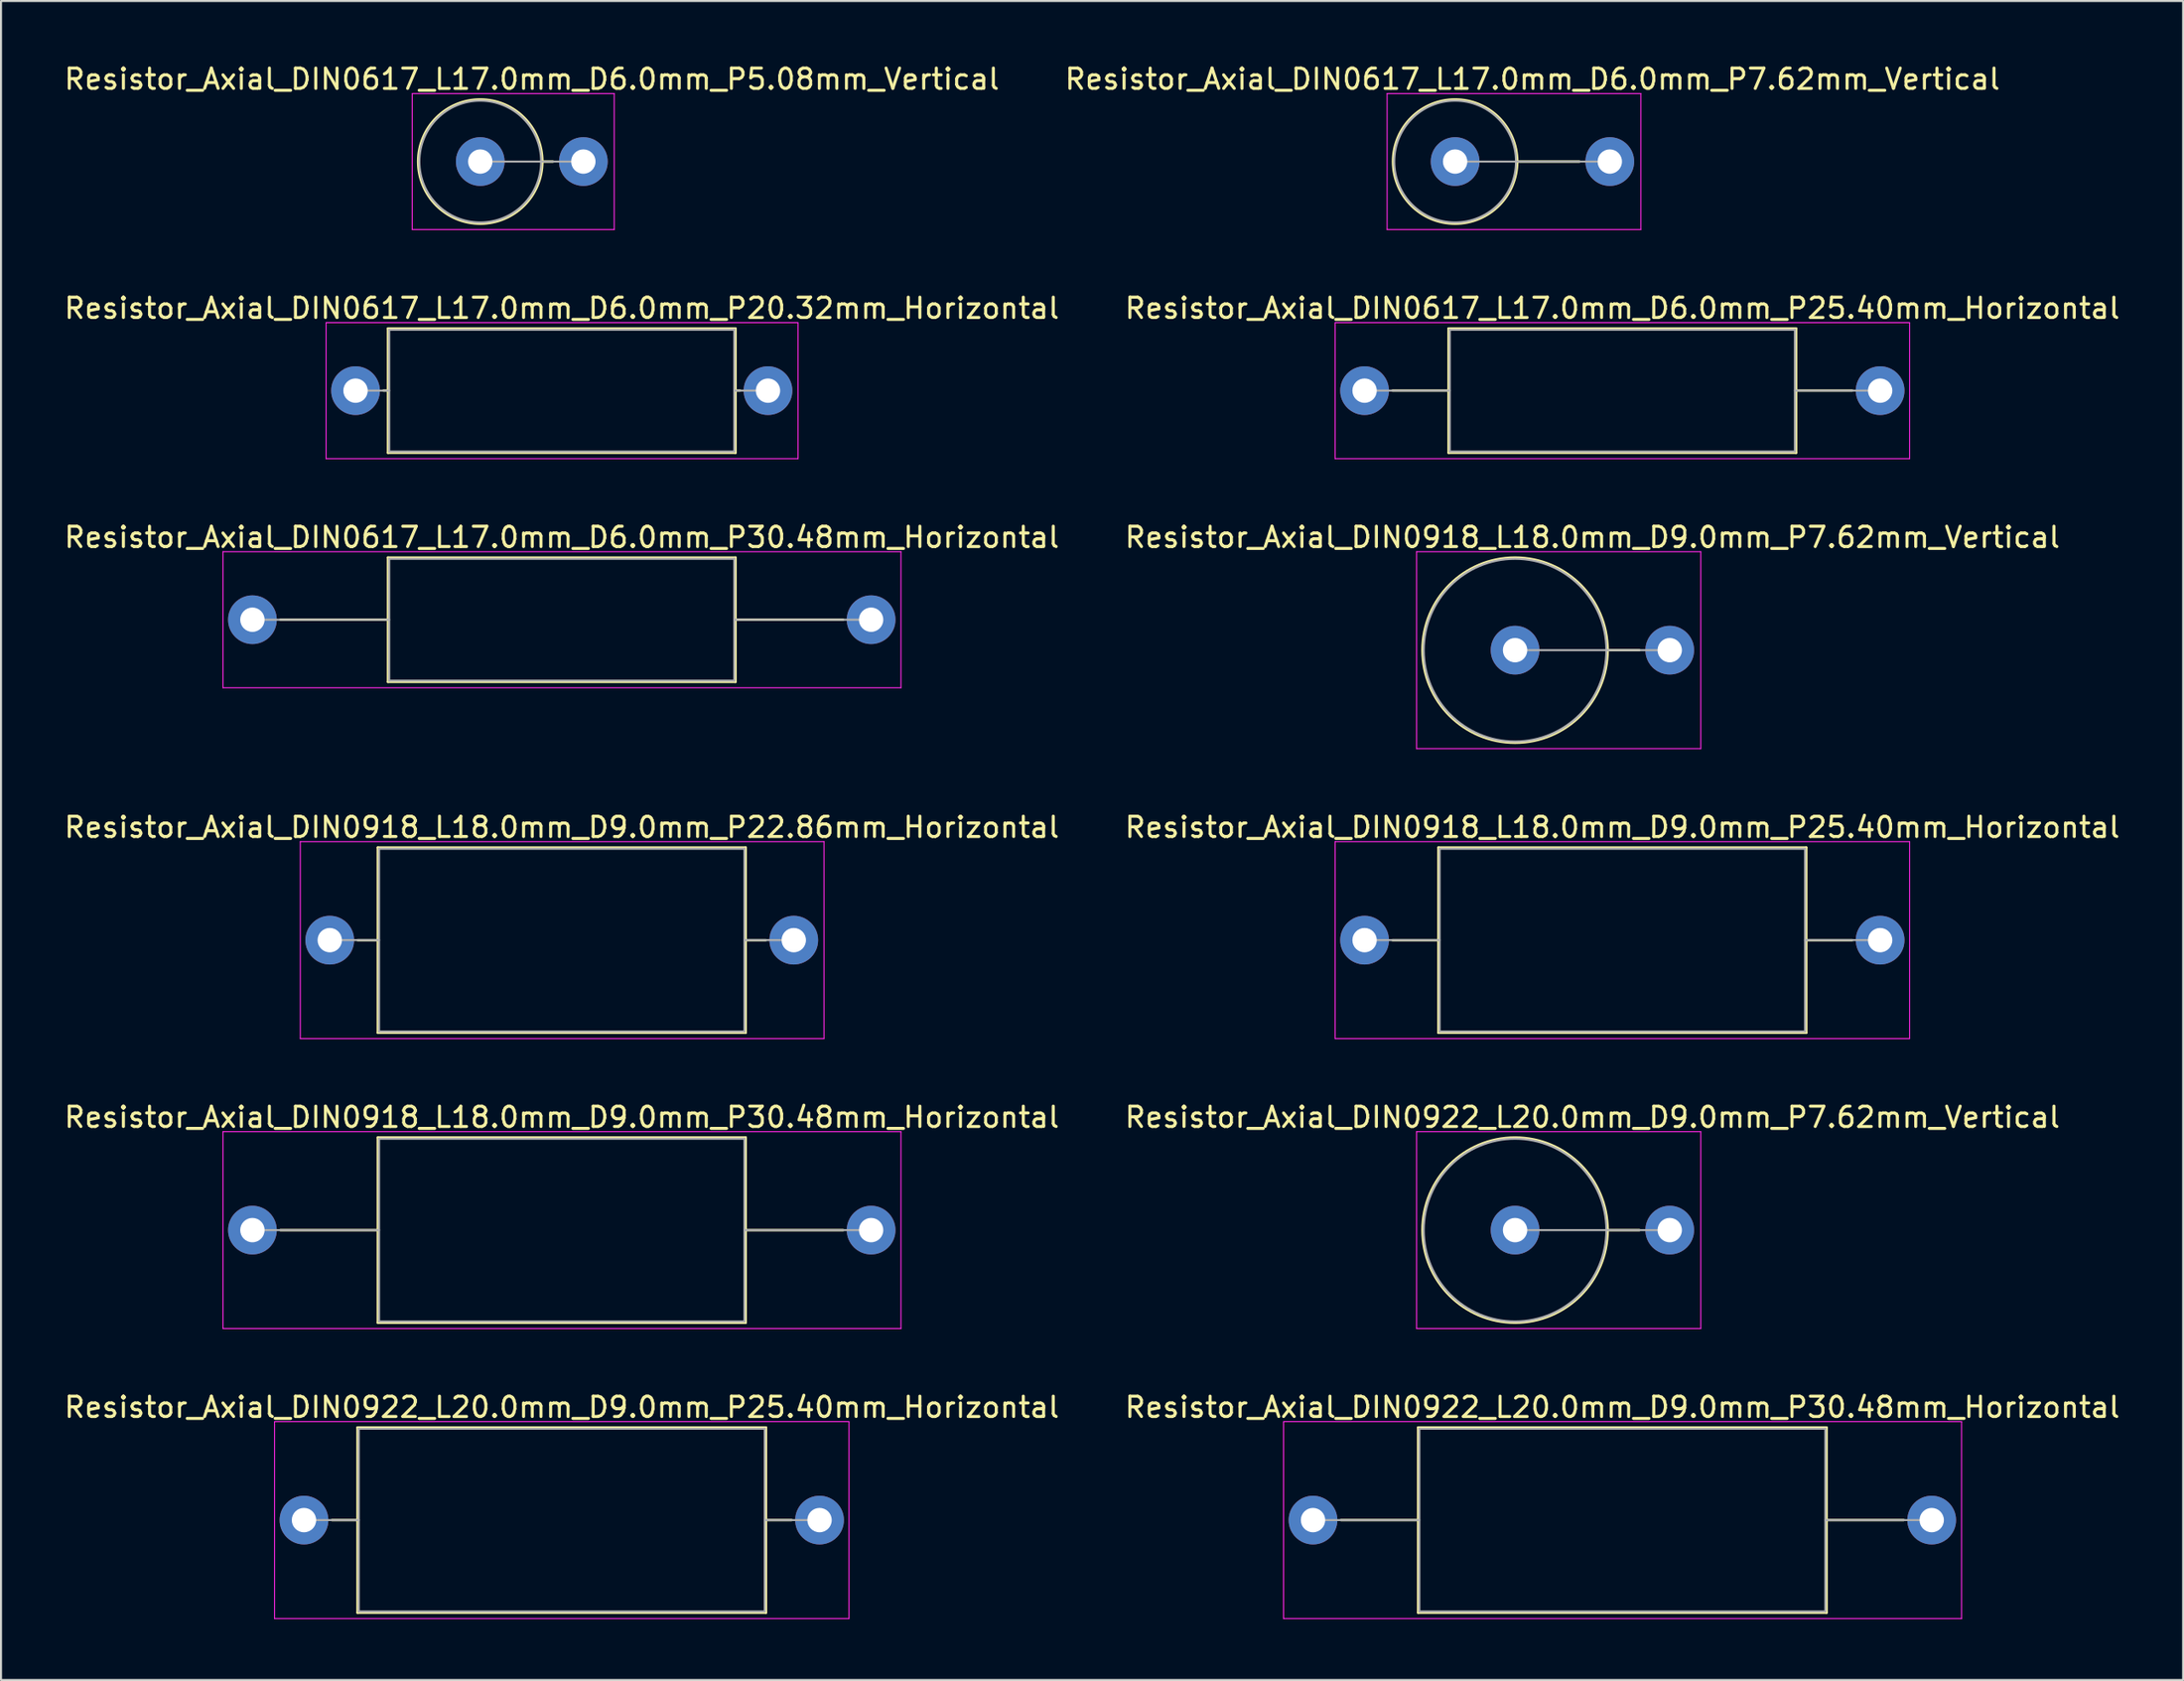
<source format=kicad_pcb>
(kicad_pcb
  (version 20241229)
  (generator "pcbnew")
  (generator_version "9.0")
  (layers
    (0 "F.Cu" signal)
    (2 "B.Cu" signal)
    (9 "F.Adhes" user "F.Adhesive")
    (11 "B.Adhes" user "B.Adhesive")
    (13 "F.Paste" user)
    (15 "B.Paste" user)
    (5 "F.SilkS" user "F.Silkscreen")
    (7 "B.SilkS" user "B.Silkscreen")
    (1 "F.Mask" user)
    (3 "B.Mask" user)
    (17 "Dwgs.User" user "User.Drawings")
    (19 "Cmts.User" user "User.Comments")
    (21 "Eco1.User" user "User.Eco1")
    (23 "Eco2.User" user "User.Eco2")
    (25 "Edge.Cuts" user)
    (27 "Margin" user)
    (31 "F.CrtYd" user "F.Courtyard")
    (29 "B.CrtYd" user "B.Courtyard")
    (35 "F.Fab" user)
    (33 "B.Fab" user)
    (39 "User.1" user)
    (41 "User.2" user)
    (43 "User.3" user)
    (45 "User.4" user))
  (footprint "Resistor_Axial_DIN0918_L18.0mm_D9.0mm_P30.48mm_Horizontal"
    (layer "F.Cu")
    (at 9.385 57.541)
    (property "Reference" "Resistor_Axial_DIN0918_L18.0mm_D9.0mm_P30.48mm_Horizontal" (at 15.24 -5.56 0) (layer "F.SilkS") (effects (font (size 1 1) (thickness 0.15))))
    (attr through_hole)
    (fp_line (start 1.38 0) (end 6.18 0) (stroke (width 0.12) (type solid)) (layer "F.SilkS"))
    (fp_line (start 6.18 -4.56) (end 6.18 4.56) (stroke (width 0.12) (type solid)) (layer "F.SilkS"))
    (fp_line (start 6.18 4.56) (end 24.3 4.56) (stroke (width 0.12) (type solid)) (layer "F.SilkS"))
    (fp_line (start 24.3 -4.56) (end 6.18 -4.56) (stroke (width 0.12) (type solid)) (layer "F.SilkS"))
    (fp_line (start 24.3 4.56) (end 24.3 -4.56) (stroke (width 0.12) (type solid)) (layer "F.SilkS"))
    (fp_line (start 29.1 0) (end 24.3 0) (stroke (width 0.12) (type solid)) (layer "F.SilkS"))
    (fp_line (start -1.45 -4.85) (end -1.45 4.85) (stroke (width 0.05) (type solid)) (layer "F.CrtYd"))
    (fp_line (start -1.45 4.85) (end 31.95 4.85) (stroke (width 0.05) (type solid)) (layer "F.CrtYd"))
    (fp_line (start 31.95 -4.85) (end -1.45 -4.85) (stroke (width 0.05) (type solid)) (layer "F.CrtYd"))
    (fp_line (start 31.95 4.85) (end 31.95 -4.85) (stroke (width 0.05) (type solid)) (layer "F.CrtYd"))
    (fp_line (start 0 0) (end 6.24 0) (stroke (width 0.1) (type solid)) (layer "F.Fab"))
    (fp_line (start 6.24 -4.5) (end 6.24 4.5) (stroke (width 0.1) (type solid)) (layer "F.Fab"))
    (fp_line (start 6.24 4.5) (end 24.24 4.5) (stroke (width 0.1) (type solid)) (layer "F.Fab"))
    (fp_line (start 24.24 -4.5) (end 6.24 -4.5) (stroke (width 0.1) (type solid)) (layer "F.Fab"))
    (fp_line (start 24.24 4.5) (end 24.24 -4.5) (stroke (width 0.1) (type solid)) (layer "F.Fab"))
    (fp_line (start 30.48 0) (end 24.24 0) (stroke (width 0.1) (type solid)) (layer "F.Fab"))
    (pad "1" thru_hole circle (at 0 0) (size 2.4 2.4) (drill 1.2) (layers "*.Cu" "*.Mask"))
    (pad "2" thru_hole oval (at 30.48 0) (size 2.4 2.4) (drill 1.2) (layers "*.Cu" "*.Mask")))
  (footprint "Resistor_Axial_DIN0918_L18.0mm_D9.0mm_P7.62mm_Vertical"
    (layer "F.Cu")
    (at 71.589 28.975)
    (property "Reference" "Resistor_Axial_DIN0918_L18.0mm_D9.0mm_P7.62mm_Vertical" (at 3.81 -5.56 0) (layer "F.SilkS") (effects (font (size 1 1) (thickness 0.15))))
    (attr through_hole)
    (fp_line (start 4.56 0) (end 6.12 0) (stroke (width 0.12) (type solid)) (layer "F.SilkS"))
    (fp_circle (center 0 0) (end 4.56 0) (stroke (width 0.12) (type solid)) (fill no) (layer "F.SilkS"))
    (fp_line (start -4.85 -4.85) (end -4.85 4.85) (stroke (width 0.05) (type solid)) (layer "F.CrtYd"))
    (fp_line (start -4.85 4.85) (end 9.15 4.85) (stroke (width 0.05) (type solid)) (layer "F.CrtYd"))
    (fp_line (start 9.15 -4.85) (end -4.85 -4.85) (stroke (width 0.05) (type solid)) (layer "F.CrtYd"))
    (fp_line (start 9.15 4.85) (end 9.15 -4.85) (stroke (width 0.05) (type solid)) (layer "F.CrtYd"))
    (fp_line (start 0 0) (end 7.62 0) (stroke (width 0.1) (type solid)) (layer "F.Fab"))
    (fp_circle (center 0 0) (end 4.5 0) (stroke (width 0.1) (type solid)) (fill no) (layer "F.Fab"))
    (pad "1" thru_hole circle (at 0 0) (size 2.4 2.4) (drill 1.2) (layers "*.Cu" "*.Mask"))
    (pad "2" thru_hole oval (at 7.62 0) (size 2.4 2.4) (drill 1.2) (layers "*.Cu" "*.Mask")))
  (footprint "Resistor_Axial_DIN0922_L20.0mm_D9.0mm_P7.62mm_Vertical"
    (layer "F.Cu")
    (at 71.589 57.541)
    (property "Reference" "Resistor_Axial_DIN0922_L20.0mm_D9.0mm_P7.62mm_Vertical" (at 3.81 -5.56 0) (layer "F.SilkS") (effects (font (size 1 1) (thickness 0.15))))
    (attr through_hole)
    (fp_line (start 4.56 0) (end 6.12 0) (stroke (width 0.12) (type solid)) (layer "F.SilkS"))
    (fp_circle (center 0 0) (end 4.56 0) (stroke (width 0.12) (type solid)) (fill no) (layer "F.SilkS"))
    (fp_line (start -4.85 -4.85) (end -4.85 4.85) (stroke (width 0.05) (type solid)) (layer "F.CrtYd"))
    (fp_line (start -4.85 4.85) (end 9.15 4.85) (stroke (width 0.05) (type solid)) (layer "F.CrtYd"))
    (fp_line (start 9.15 -4.85) (end -4.85 -4.85) (stroke (width 0.05) (type solid)) (layer "F.CrtYd"))
    (fp_line (start 9.15 4.85) (end 9.15 -4.85) (stroke (width 0.05) (type solid)) (layer "F.CrtYd"))
    (fp_line (start 0 0) (end 7.62 0) (stroke (width 0.1) (type solid)) (layer "F.Fab"))
    (fp_circle (center 0 0) (end 4.5 0) (stroke (width 0.1) (type solid)) (fill no) (layer "F.Fab"))
    (pad "1" thru_hole circle (at 0 0) (size 2.4 2.4) (drill 1.2) (layers "*.Cu" "*.Mask"))
    (pad "2" thru_hole oval (at 7.62 0) (size 2.4 2.4) (drill 1.2) (layers "*.Cu" "*.Mask")))
  (footprint "Resistor_Axial_DIN0922_L20.0mm_D9.0mm_P30.48mm_Horizontal"
    (layer "F.Cu")
    (at 61.635 71.825)
    (property "Reference" "Resistor_Axial_DIN0922_L20.0mm_D9.0mm_P30.48mm_Horizontal" (at 15.24 -5.56 0) (layer "F.SilkS") (effects (font (size 1 1) (thickness 0.15))))
    (attr through_hole)
    (fp_line (start 1.38 0) (end 5.18 0) (stroke (width 0.12) (type solid)) (layer "F.SilkS"))
    (fp_line (start 5.18 -4.56) (end 5.18 4.56) (stroke (width 0.12) (type solid)) (layer "F.SilkS"))
    (fp_line (start 5.18 4.56) (end 25.3 4.56) (stroke (width 0.12) (type solid)) (layer "F.SilkS"))
    (fp_line (start 25.3 -4.56) (end 5.18 -4.56) (stroke (width 0.12) (type solid)) (layer "F.SilkS"))
    (fp_line (start 25.3 4.56) (end 25.3 -4.56) (stroke (width 0.12) (type solid)) (layer "F.SilkS"))
    (fp_line (start 29.1 0) (end 25.3 0) (stroke (width 0.12) (type solid)) (layer "F.SilkS"))
    (fp_line (start -1.45 -4.85) (end -1.45 4.85) (stroke (width 0.05) (type solid)) (layer "F.CrtYd"))
    (fp_line (start -1.45 4.85) (end 31.95 4.85) (stroke (width 0.05) (type solid)) (layer "F.CrtYd"))
    (fp_line (start 31.95 -4.85) (end -1.45 -4.85) (stroke (width 0.05) (type solid)) (layer "F.CrtYd"))
    (fp_line (start 31.95 4.85) (end 31.95 -4.85) (stroke (width 0.05) (type solid)) (layer "F.CrtYd"))
    (fp_line (start 0 0) (end 5.24 0) (stroke (width 0.1) (type solid)) (layer "F.Fab"))
    (fp_line (start 5.24 -4.5) (end 5.24 4.5) (stroke (width 0.1) (type solid)) (layer "F.Fab"))
    (fp_line (start 5.24 4.5) (end 25.24 4.5) (stroke (width 0.1) (type solid)) (layer "F.Fab"))
    (fp_line (start 25.24 -4.5) (end 5.24 -4.5) (stroke (width 0.1) (type solid)) (layer "F.Fab"))
    (fp_line (start 25.24 4.5) (end 25.24 -4.5) (stroke (width 0.1) (type solid)) (layer "F.Fab"))
    (fp_line (start 30.48 0) (end 25.24 0) (stroke (width 0.1) (type solid)) (layer "F.Fab"))
    (pad "1" thru_hole circle (at 0 0) (size 2.4 2.4) (drill 1.2) (layers "*.Cu" "*.Mask"))
    (pad "2" thru_hole oval (at 30.48 0) (size 2.4 2.4) (drill 1.2) (layers "*.Cu" "*.Mask")))
  (footprint "Resistor_Axial_DIN0617_L17.0mm_D6.0mm_P5.08mm_Vertical"
    (layer "F.Cu")
    (at 20.609 4.908)
    (property "Reference" "Resistor_Axial_DIN0617_L17.0mm_D6.0mm_P5.08mm_Vertical" (at 2.54 -4.06 0) (layer "F.SilkS") (effects (font (size 1 1) (thickness 0.15))))
    (attr through_hole)
    (fp_line (start 3.06 0) (end 3.58 0) (stroke (width 0.12) (type solid)) (layer "F.SilkS"))
    (fp_circle (center 0 0) (end 3.06 0) (stroke (width 0.12) (type solid)) (fill no) (layer "F.SilkS"))
    (fp_line (start -3.35 -3.35) (end -3.35 3.35) (stroke (width 0.05) (type solid)) (layer "F.CrtYd"))
    (fp_line (start -3.35 3.35) (end 6.6 3.35) (stroke (width 0.05) (type solid)) (layer "F.CrtYd"))
    (fp_line (start 6.6 -3.35) (end -3.35 -3.35) (stroke (width 0.05) (type solid)) (layer "F.CrtYd"))
    (fp_line (start 6.6 3.35) (end 6.6 -3.35) (stroke (width 0.05) (type solid)) (layer "F.CrtYd"))
    (fp_line (start 0 0) (end 5.08 0) (stroke (width 0.1) (type solid)) (layer "F.Fab"))
    (fp_circle (center 0 0) (end 3 0) (stroke (width 0.1) (type solid)) (fill no) (layer "F.Fab"))
    (pad "1" thru_hole circle (at 0 0) (size 2.4 2.4) (drill 1.2) (layers "*.Cu" "*.Mask"))
    (pad "2" thru_hole oval (at 5.08 0) (size 2.4 2.4) (drill 1.2) (layers "*.Cu" "*.Mask")))
  (footprint "Resistor_Axial_DIN0918_L18.0mm_D9.0mm_P22.86mm_Horizontal"
    (layer "F.Cu")
    (at 13.195 43.258)
    (property "Reference" "Resistor_Axial_DIN0918_L18.0mm_D9.0mm_P22.86mm_Horizontal" (at 11.43 -5.56 0) (layer "F.SilkS") (effects (font (size 1 1) (thickness 0.15))))
    (attr through_hole)
    (fp_line (start 1.38 0) (end 2.37 0) (stroke (width 0.12) (type solid)) (layer "F.SilkS"))
    (fp_line (start 2.37 -4.56) (end 2.37 4.56) (stroke (width 0.12) (type solid)) (layer "F.SilkS"))
    (fp_line (start 2.37 4.56) (end 20.49 4.56) (stroke (width 0.12) (type solid)) (layer "F.SilkS"))
    (fp_line (start 20.49 -4.56) (end 2.37 -4.56) (stroke (width 0.12) (type solid)) (layer "F.SilkS"))
    (fp_line (start 20.49 4.56) (end 20.49 -4.56) (stroke (width 0.12) (type solid)) (layer "F.SilkS"))
    (fp_line (start 21.48 0) (end 20.49 0) (stroke (width 0.12) (type solid)) (layer "F.SilkS"))
    (fp_line (start -1.45 -4.85) (end -1.45 4.85) (stroke (width 0.05) (type solid)) (layer "F.CrtYd"))
    (fp_line (start -1.45 4.85) (end 24.35 4.85) (stroke (width 0.05) (type solid)) (layer "F.CrtYd"))
    (fp_line (start 24.35 -4.85) (end -1.45 -4.85) (stroke (width 0.05) (type solid)) (layer "F.CrtYd"))
    (fp_line (start 24.35 4.85) (end 24.35 -4.85) (stroke (width 0.05) (type solid)) (layer "F.CrtYd"))
    (fp_line (start 0 0) (end 2.43 0) (stroke (width 0.1) (type solid)) (layer "F.Fab"))
    (fp_line (start 2.43 -4.5) (end 2.43 4.5) (stroke (width 0.1) (type solid)) (layer "F.Fab"))
    (fp_line (start 2.43 4.5) (end 20.43 4.5) (stroke (width 0.1) (type solid)) (layer "F.Fab"))
    (fp_line (start 20.43 -4.5) (end 2.43 -4.5) (stroke (width 0.1) (type solid)) (layer "F.Fab"))
    (fp_line (start 20.43 4.5) (end 20.43 -4.5) (stroke (width 0.1) (type solid)) (layer "F.Fab"))
    (fp_line (start 22.86 0) (end 20.43 0) (stroke (width 0.1) (type solid)) (layer "F.Fab"))
    (pad "1" thru_hole circle (at 0 0) (size 2.4 2.4) (drill 1.2) (layers "*.Cu" "*.Mask"))
    (pad "2" thru_hole oval (at 22.86 0) (size 2.4 2.4) (drill 1.2) (layers "*.Cu" "*.Mask")))
  (footprint "Resistor_Axial_DIN0617_L17.0mm_D6.0mm_P25.40mm_Horizontal"
    (layer "F.Cu")
    (at 64.175 16.192)
    (property "Reference" "Resistor_Axial_DIN0617_L17.0mm_D6.0mm_P25.40mm_Horizontal" (at 12.7 -4.06 0) (layer "F.SilkS") (effects (font (size 1 1) (thickness 0.15))))
    (attr through_hole)
    (fp_line (start 1.38 0) (end 4.14 0) (stroke (width 0.12) (type solid)) (layer "F.SilkS"))
    (fp_line (start 4.14 -3.06) (end 4.14 3.06) (stroke (width 0.12) (type solid)) (layer "F.SilkS"))
    (fp_line (start 4.14 3.06) (end 21.26 3.06) (stroke (width 0.12) (type solid)) (layer "F.SilkS"))
    (fp_line (start 21.26 -3.06) (end 4.14 -3.06) (stroke (width 0.12) (type solid)) (layer "F.SilkS"))
    (fp_line (start 21.26 3.06) (end 21.26 -3.06) (stroke (width 0.12) (type solid)) (layer "F.SilkS"))
    (fp_line (start 24.02 0) (end 21.26 0) (stroke (width 0.12) (type solid)) (layer "F.SilkS"))
    (fp_line (start -1.45 -3.35) (end -1.45 3.35) (stroke (width 0.05) (type solid)) (layer "F.CrtYd"))
    (fp_line (start -1.45 3.35) (end 26.85 3.35) (stroke (width 0.05) (type solid)) (layer "F.CrtYd"))
    (fp_line (start 26.85 -3.35) (end -1.45 -3.35) (stroke (width 0.05) (type solid)) (layer "F.CrtYd"))
    (fp_line (start 26.85 3.35) (end 26.85 -3.35) (stroke (width 0.05) (type solid)) (layer "F.CrtYd"))
    (fp_line (start 0 0) (end 4.2 0) (stroke (width 0.1) (type solid)) (layer "F.Fab"))
    (fp_line (start 4.2 -3) (end 4.2 3) (stroke (width 0.1) (type solid)) (layer "F.Fab"))
    (fp_line (start 4.2 3) (end 21.2 3) (stroke (width 0.1) (type solid)) (layer "F.Fab"))
    (fp_line (start 21.2 -3) (end 4.2 -3) (stroke (width 0.1) (type solid)) (layer "F.Fab"))
    (fp_line (start 21.2 3) (end 21.2 -3) (stroke (width 0.1) (type solid)) (layer "F.Fab"))
    (fp_line (start 25.4 0) (end 21.2 0) (stroke (width 0.1) (type solid)) (layer "F.Fab"))
    (pad "1" thru_hole circle (at 0 0) (size 2.4 2.4) (drill 1.2) (layers "*.Cu" "*.Mask"))
    (pad "2" thru_hole oval (at 25.4 0) (size 2.4 2.4) (drill 1.2) (layers "*.Cu" "*.Mask")))
  (footprint "Resistor_Axial_DIN0918_L18.0mm_D9.0mm_P25.40mm_Horizontal"
    (layer "F.Cu")
    (at 64.175 43.258)
    (property "Reference" "Resistor_Axial_DIN0918_L18.0mm_D9.0mm_P25.40mm_Horizontal" (at 12.7 -5.56 0) (layer "F.SilkS") (effects (font (size 1 1) (thickness 0.15))))
    (attr through_hole)
    (fp_line (start 1.38 0) (end 3.64 0) (stroke (width 0.12) (type solid)) (layer "F.SilkS"))
    (fp_line (start 3.64 -4.56) (end 3.64 4.56) (stroke (width 0.12) (type solid)) (layer "F.SilkS"))
    (fp_line (start 3.64 4.56) (end 21.76 4.56) (stroke (width 0.12) (type solid)) (layer "F.SilkS"))
    (fp_line (start 21.76 -4.56) (end 3.64 -4.56) (stroke (width 0.12) (type solid)) (layer "F.SilkS"))
    (fp_line (start 21.76 4.56) (end 21.76 -4.56) (stroke (width 0.12) (type solid)) (layer "F.SilkS"))
    (fp_line (start 24.02 0) (end 21.76 0) (stroke (width 0.12) (type solid)) (layer "F.SilkS"))
    (fp_line (start -1.45 -4.85) (end -1.45 4.85) (stroke (width 0.05) (type solid)) (layer "F.CrtYd"))
    (fp_line (start -1.45 4.85) (end 26.85 4.85) (stroke (width 0.05) (type solid)) (layer "F.CrtYd"))
    (fp_line (start 26.85 -4.85) (end -1.45 -4.85) (stroke (width 0.05) (type solid)) (layer "F.CrtYd"))
    (fp_line (start 26.85 4.85) (end 26.85 -4.85) (stroke (width 0.05) (type solid)) (layer "F.CrtYd"))
    (fp_line (start 0 0) (end 3.7 0) (stroke (width 0.1) (type solid)) (layer "F.Fab"))
    (fp_line (start 3.7 -4.5) (end 3.7 4.5) (stroke (width 0.1) (type solid)) (layer "F.Fab"))
    (fp_line (start 3.7 4.5) (end 21.7 4.5) (stroke (width 0.1) (type solid)) (layer "F.Fab"))
    (fp_line (start 21.7 -4.5) (end 3.7 -4.5) (stroke (width 0.1) (type solid)) (layer "F.Fab"))
    (fp_line (start 21.7 4.5) (end 21.7 -4.5) (stroke (width 0.1) (type solid)) (layer "F.Fab"))
    (fp_line (start 25.4 0) (end 21.7 0) (stroke (width 0.1) (type solid)) (layer "F.Fab"))
    (pad "1" thru_hole circle (at 0 0) (size 2.4 2.4) (drill 1.2) (layers "*.Cu" "*.Mask"))
    (pad "2" thru_hole oval (at 25.4 0) (size 2.4 2.4) (drill 1.2) (layers "*.Cu" "*.Mask")))
  (footprint "Resistor_Axial_DIN0617_L17.0mm_D6.0mm_P20.32mm_Horizontal"
    (layer "F.Cu")
    (at 14.465 16.192)
    (property "Reference" "Resistor_Axial_DIN0617_L17.0mm_D6.0mm_P20.32mm_Horizontal" (at 10.16 -4.06 0) (layer "F.SilkS") (effects (font (size 1 1) (thickness 0.15))))
    (attr through_hole)
    (fp_line (start 1.38 0) (end 1.6 0) (stroke (width 0.12) (type solid)) (layer "F.SilkS"))
    (fp_line (start 1.6 -3.06) (end 1.6 3.06) (stroke (width 0.12) (type solid)) (layer "F.SilkS"))
    (fp_line (start 1.6 3.06) (end 18.72 3.06) (stroke (width 0.12) (type solid)) (layer "F.SilkS"))
    (fp_line (start 18.72 -3.06) (end 1.6 -3.06) (stroke (width 0.12) (type solid)) (layer "F.SilkS"))
    (fp_line (start 18.72 3.06) (end 18.72 -3.06) (stroke (width 0.12) (type solid)) (layer "F.SilkS"))
    (fp_line (start 18.94 0) (end 18.72 0) (stroke (width 0.12) (type solid)) (layer "F.SilkS"))
    (fp_line (start -1.45 -3.35) (end -1.45 3.35) (stroke (width 0.05) (type solid)) (layer "F.CrtYd"))
    (fp_line (start -1.45 3.35) (end 21.8 3.35) (stroke (width 0.05) (type solid)) (layer "F.CrtYd"))
    (fp_line (start 21.8 -3.35) (end -1.45 -3.35) (stroke (width 0.05) (type solid)) (layer "F.CrtYd"))
    (fp_line (start 21.8 3.35) (end 21.8 -3.35) (stroke (width 0.05) (type solid)) (layer "F.CrtYd"))
    (fp_line (start 0 0) (end 1.66 0) (stroke (width 0.1) (type solid)) (layer "F.Fab"))
    (fp_line (start 1.66 -3) (end 1.66 3) (stroke (width 0.1) (type solid)) (layer "F.Fab"))
    (fp_line (start 1.66 3) (end 18.66 3) (stroke (width 0.1) (type solid)) (layer "F.Fab"))
    (fp_line (start 18.66 -3) (end 1.66 -3) (stroke (width 0.1) (type solid)) (layer "F.Fab"))
    (fp_line (start 18.66 3) (end 18.66 -3) (stroke (width 0.1) (type solid)) (layer "F.Fab"))
    (fp_line (start 20.32 0) (end 18.66 0) (stroke (width 0.1) (type solid)) (layer "F.Fab"))
    (pad "1" thru_hole circle (at 0 0) (size 2.4 2.4) (drill 1.2) (layers "*.Cu" "*.Mask"))
    (pad "2" thru_hole oval (at 20.32 0) (size 2.4 2.4) (drill 1.2) (layers "*.Cu" "*.Mask")))
  (footprint "Resistor_Axial_DIN0922_L20.0mm_D9.0mm_P25.40mm_Horizontal"
    (layer "F.Cu")
    (at 11.925 71.825)
    (property "Reference" "Resistor_Axial_DIN0922_L20.0mm_D9.0mm_P25.40mm_Horizontal" (at 12.7 -5.56 0) (layer "F.SilkS") (effects (font (size 1 1) (thickness 0.15))))
    (attr through_hole)
    (fp_line (start 1.38 0) (end 2.64 0) (stroke (width 0.12) (type solid)) (layer "F.SilkS"))
    (fp_line (start 2.64 -4.56) (end 2.64 4.56) (stroke (width 0.12) (type solid)) (layer "F.SilkS"))
    (fp_line (start 2.64 4.56) (end 22.76 4.56) (stroke (width 0.12) (type solid)) (layer "F.SilkS"))
    (fp_line (start 22.76 -4.56) (end 2.64 -4.56) (stroke (width 0.12) (type solid)) (layer "F.SilkS"))
    (fp_line (start 22.76 4.56) (end 22.76 -4.56) (stroke (width 0.12) (type solid)) (layer "F.SilkS"))
    (fp_line (start 24.02 0) (end 22.76 0) (stroke (width 0.12) (type solid)) (layer "F.SilkS"))
    (fp_line (start -1.45 -4.85) (end -1.45 4.85) (stroke (width 0.05) (type solid)) (layer "F.CrtYd"))
    (fp_line (start -1.45 4.85) (end 26.85 4.85) (stroke (width 0.05) (type solid)) (layer "F.CrtYd"))
    (fp_line (start 26.85 -4.85) (end -1.45 -4.85) (stroke (width 0.05) (type solid)) (layer "F.CrtYd"))
    (fp_line (start 26.85 4.85) (end 26.85 -4.85) (stroke (width 0.05) (type solid)) (layer "F.CrtYd"))
    (fp_line (start 0 0) (end 2.7 0) (stroke (width 0.1) (type solid)) (layer "F.Fab"))
    (fp_line (start 2.7 -4.5) (end 2.7 4.5) (stroke (width 0.1) (type solid)) (layer "F.Fab"))
    (fp_line (start 2.7 4.5) (end 22.7 4.5) (stroke (width 0.1) (type solid)) (layer "F.Fab"))
    (fp_line (start 22.7 -4.5) (end 2.7 -4.5) (stroke (width 0.1) (type solid)) (layer "F.Fab"))
    (fp_line (start 22.7 4.5) (end 22.7 -4.5) (stroke (width 0.1) (type solid)) (layer "F.Fab"))
    (fp_line (start 25.4 0) (end 22.7 0) (stroke (width 0.1) (type solid)) (layer "F.Fab"))
    (pad "1" thru_hole circle (at 0 0) (size 2.4 2.4) (drill 1.2) (layers "*.Cu" "*.Mask"))
    (pad "2" thru_hole oval (at 25.4 0) (size 2.4 2.4) (drill 1.2) (layers "*.Cu" "*.Mask")))
  (footprint "Resistor_Axial_DIN0617_L17.0mm_D6.0mm_P30.48mm_Horizontal"
    (layer "F.Cu")
    (at 9.385 27.475)
    (property "Reference" "Resistor_Axial_DIN0617_L17.0mm_D6.0mm_P30.48mm_Horizontal" (at 15.24 -4.06 0) (layer "F.SilkS") (effects (font (size 1 1) (thickness 0.15))))
    (attr through_hole)
    (fp_line (start 1.38 0) (end 6.68 0) (stroke (width 0.12) (type solid)) (layer "F.SilkS"))
    (fp_line (start 6.68 -3.06) (end 6.68 3.06) (stroke (width 0.12) (type solid)) (layer "F.SilkS"))
    (fp_line (start 6.68 3.06) (end 23.8 3.06) (stroke (width 0.12) (type solid)) (layer "F.SilkS"))
    (fp_line (start 23.8 -3.06) (end 6.68 -3.06) (stroke (width 0.12) (type solid)) (layer "F.SilkS"))
    (fp_line (start 23.8 3.06) (end 23.8 -3.06) (stroke (width 0.12) (type solid)) (layer "F.SilkS"))
    (fp_line (start 29.1 0) (end 23.8 0) (stroke (width 0.12) (type solid)) (layer "F.SilkS"))
    (fp_line (start -1.45 -3.35) (end -1.45 3.35) (stroke (width 0.05) (type solid)) (layer "F.CrtYd"))
    (fp_line (start -1.45 3.35) (end 31.95 3.35) (stroke (width 0.05) (type solid)) (layer "F.CrtYd"))
    (fp_line (start 31.95 -3.35) (end -1.45 -3.35) (stroke (width 0.05) (type solid)) (layer "F.CrtYd"))
    (fp_line (start 31.95 3.35) (end 31.95 -3.35) (stroke (width 0.05) (type solid)) (layer "F.CrtYd"))
    (fp_line (start 0 0) (end 6.74 0) (stroke (width 0.1) (type solid)) (layer "F.Fab"))
    (fp_line (start 6.74 -3) (end 6.74 3) (stroke (width 0.1) (type solid)) (layer "F.Fab"))
    (fp_line (start 6.74 3) (end 23.74 3) (stroke (width 0.1) (type solid)) (layer "F.Fab"))
    (fp_line (start 23.74 -3) (end 6.74 -3) (stroke (width 0.1) (type solid)) (layer "F.Fab"))
    (fp_line (start 23.74 3) (end 23.74 -3) (stroke (width 0.1) (type solid)) (layer "F.Fab"))
    (fp_line (start 30.48 0) (end 23.74 0) (stroke (width 0.1) (type solid)) (layer "F.Fab"))
    (pad "1" thru_hole circle (at 0 0) (size 2.4 2.4) (drill 1.2) (layers "*.Cu" "*.Mask"))
    (pad "2" thru_hole oval (at 30.48 0) (size 2.4 2.4) (drill 1.2) (layers "*.Cu" "*.Mask")))
  (footprint "Resistor_Axial_DIN0617_L17.0mm_D6.0mm_P7.62mm_Vertical"
    (layer "F.Cu")
    (at 68.636 4.908)
    (property "Reference" "Resistor_Axial_DIN0617_L17.0mm_D6.0mm_P7.62mm_Vertical" (at 3.81 -4.06 0) (layer "F.SilkS") (effects (font (size 1 1) (thickness 0.15))))
    (attr through_hole)
    (fp_line (start 3.06 0) (end 6.12 0) (stroke (width 0.12) (type solid)) (layer "F.SilkS"))
    (fp_circle (center 0 0) (end 3.06 0) (stroke (width 0.12) (type solid)) (fill no) (layer "F.SilkS"))
    (fp_line (start -3.35 -3.35) (end -3.35 3.35) (stroke (width 0.05) (type solid)) (layer "F.CrtYd"))
    (fp_line (start -3.35 3.35) (end 9.15 3.35) (stroke (width 0.05) (type solid)) (layer "F.CrtYd"))
    (fp_line (start 9.15 -3.35) (end -3.35 -3.35) (stroke (width 0.05) (type solid)) (layer "F.CrtYd"))
    (fp_line (start 9.15 3.35) (end 9.15 -3.35) (stroke (width 0.05) (type solid)) (layer "F.CrtYd"))
    (fp_line (start 0 0) (end 7.62 0) (stroke (width 0.1) (type solid)) (layer "F.Fab"))
    (fp_circle (center 0 0) (end 3 0) (stroke (width 0.1) (type solid)) (fill no) (layer "F.Fab"))
    (pad "1" thru_hole circle (at 0 0) (size 2.4 2.4) (drill 1.2) (layers "*.Cu" "*.Mask"))
    (pad "2" thru_hole oval (at 7.62 0) (size 2.4 2.4) (drill 1.2) (layers "*.Cu" "*.Mask")))
  (gr_rect
    (start -3 -3)
    (end 104.5 79.7)
    (stroke (width 0.1) (type default))
    (fill no)
    (layer "Edge.Cuts")))
</source>
